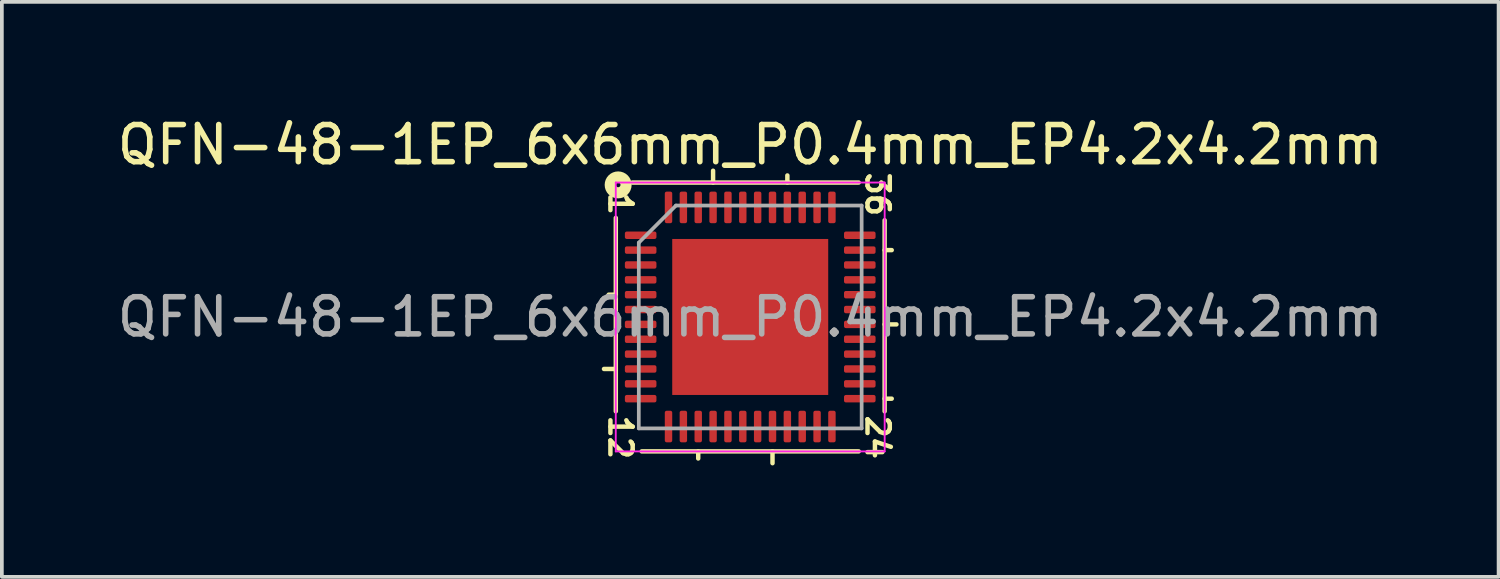
<source format=kicad_pcb>
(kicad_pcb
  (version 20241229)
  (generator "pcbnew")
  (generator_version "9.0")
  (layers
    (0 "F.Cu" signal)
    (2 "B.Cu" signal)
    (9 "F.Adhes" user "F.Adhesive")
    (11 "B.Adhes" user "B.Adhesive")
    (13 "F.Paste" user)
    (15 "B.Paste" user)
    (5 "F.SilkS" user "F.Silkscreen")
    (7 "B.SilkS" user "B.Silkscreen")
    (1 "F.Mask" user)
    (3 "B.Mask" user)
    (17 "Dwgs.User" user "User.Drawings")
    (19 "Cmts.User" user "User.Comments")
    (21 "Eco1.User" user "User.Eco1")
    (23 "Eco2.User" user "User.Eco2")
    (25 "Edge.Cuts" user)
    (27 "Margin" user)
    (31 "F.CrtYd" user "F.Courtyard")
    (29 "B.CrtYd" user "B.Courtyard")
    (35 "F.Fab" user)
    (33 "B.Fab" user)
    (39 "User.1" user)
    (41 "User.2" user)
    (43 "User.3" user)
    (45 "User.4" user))
  (footprint "QFN-48-1EP_6x6mm_P0.4mm_EP4.2x4.2mm"
    (layer "F.Cu")
    (at 17.149 5.484)
    (property "Reference" "QFN-48-1EP_6x6mm_P0.4mm_EP4.2x4.2mm" (at 0 -4.636 0) (layer "F.SilkS") (effects (font (size 1 1) (thickness 0.15))))
    (attr smd)
    (fp_line (start -3.619 -2.667) (end -3.619 2.54) (stroke (width 0.12) (type solid)) (layer "F.SilkS"))
    (fp_line (start -3.619 -0.6) (end -3.81 -0.6) (stroke (width 0.12) (type solid)) (layer "F.SilkS"))
    (fp_line (start -3.619 1.4) (end -3.937 1.4) (stroke (width 0.12) (type solid)) (layer "F.SilkS"))
    (fp_line (start -2.921 3.619) (end 2.921 3.619) (stroke (width 0.12) (type solid)) (layer "F.SilkS"))
    (fp_line (start -1.4 3.81) (end -1.4 3.619) (stroke (width 0.12) (type solid)) (layer "F.SilkS"))
    (fp_line (start -1 -3.619) (end -1 -3.937) (stroke (width 0.12) (type solid)) (layer "F.SilkS"))
    (fp_line (start 0.6 3.619) (end 0.6 3.937) (stroke (width 0.12) (type solid)) (layer "F.SilkS"))
    (fp_line (start 1 -3.619) (end 1 -3.81) (stroke (width 0.12) (type solid)) (layer "F.SilkS"))
    (fp_line (start 2.921 -3.619) (end -3.175 -3.619) (stroke (width 0.12) (type solid)) (layer "F.SilkS"))
    (fp_line (start 3.619 -1.8) (end 3.81 -1.8) (stroke (width 0.12) (type solid)) (layer "F.SilkS"))
    (fp_line (start 3.619 0.2) (end 3.937 0.2) (stroke (width 0.12) (type solid)) (layer "F.SilkS"))
    (fp_line (start 3.619 2.2) (end 3.81 2.2) (stroke (width 0.12) (type solid)) (layer "F.SilkS"))
    (fp_line (start 3.619 2.54) (end 3.619 -2.603) (stroke (width 0.12) (type solid)) (layer "F.SilkS"))
    (fp_circle (center -3.556 -3.556) (end -3.493 -3.556) (stroke (width 0.3) (type solid)) (fill no) (layer "F.SilkS"))
    (fp_line (start -3.62 -3.62) (end -3.62 3.62) (stroke (width 0.05) (type solid)) (layer "F.CrtYd"))
    (fp_line (start -3.62 3.62) (end 3.62 3.62) (stroke (width 0.05) (type solid)) (layer "F.CrtYd"))
    (fp_line (start 3.62 -3.62) (end -3.62 -3.62) (stroke (width 0.05) (type solid)) (layer "F.CrtYd"))
    (fp_line (start 3.62 3.62) (end 3.62 -3.62) (stroke (width 0.05) (type solid)) (layer "F.CrtYd"))
    (fp_line (start -3 -2) (end -2 -3) (stroke (width 0.1) (type solid)) (layer "F.Fab"))
    (fp_line (start -3 3) (end -3 -2) (stroke (width 0.1) (type solid)) (layer "F.Fab"))
    (fp_line (start -2 -3) (end 3 -3) (stroke (width 0.1) (type solid)) (layer "F.Fab"))
    (fp_line (start 3 -3) (end 3 3) (stroke (width 0.1) (type solid)) (layer "F.Fab"))
    (fp_line (start 3 3) (end -3 3) (stroke (width 0.1) (type solid)) (layer "F.Fab"))
    (fp_text user "1" (at -3.493 -3.048 270) (unlocked yes) (layer "F.SilkS") (effects (font (size 0.6 0.6) (thickness 0.12))))
    (fp_text user "24" (at 3.429 3.239 270) (unlocked yes) (layer "F.SilkS") (effects (font (size 0.6 0.6) (thickness 0.12))))
    (fp_text user "36" (at 3.429 -3.302 270) (unlocked yes) (layer "F.SilkS") (effects (font (size 0.6 0.6) (thickness 0.12))))
    (fp_text user "12" (at -3.493 3.239 270) (unlocked yes) (layer "F.SilkS") (effects (font (size 0.6 0.6) (thickness 0.12))))
    (fp_text user "${REFERENCE}" (at 0 0 0) (layer "F.Fab") (effects (font (size 1 1) (thickness 0.15))))
    (pad "" smd roundrect (at -1.4 -1.4) (size 1.13 1.13) (layers "F.Paste") (roundrect_rratio 0.221))
    (pad "" smd roundrect (at -1.4 0) (size 1.13 1.13) (layers "F.Paste") (roundrect_rratio 0.221))
    (pad "" smd roundrect (at -1.4 1.4) (size 1.13 1.13) (layers "F.Paste") (roundrect_rratio 0.221))
    (pad "" smd roundrect (at 0 -1.4) (size 1.13 1.13) (layers "F.Paste") (roundrect_rratio 0.221))
    (pad "" smd roundrect (at 0 0) (size 1.13 1.13) (layers "F.Paste") (roundrect_rratio 0.221))
    (pad "" smd roundrect (at 0 1.4) (size 1.13 1.13) (layers "F.Paste") (roundrect_rratio 0.221))
    (pad "" smd roundrect (at 1.4 -1.4) (size 1.13 1.13) (layers "F.Paste") (roundrect_rratio 0.221))
    (pad "" smd roundrect (at 1.4 0) (size 1.13 1.13) (layers "F.Paste") (roundrect_rratio 0.221))
    (pad "" smd roundrect (at 1.4 1.4) (size 1.13 1.13) (layers "F.Paste") (roundrect_rratio 0.221))
    (pad "1" smd roundrect (at -2.95 -2.2) (size 0.85 0.2) (layers "F.Cu" "F.Mask" "F.Paste") (roundrect_rratio 0.25))
    (pad "2" smd roundrect (at -2.95 -1.8) (size 0.85 0.2) (layers "F.Cu" "F.Mask" "F.Paste") (roundrect_rratio 0.25))
    (pad "3" smd roundrect (at -2.95 -1.4) (size 0.85 0.2) (layers "F.Cu" "F.Mask" "F.Paste") (roundrect_rratio 0.25))
    (pad "4" smd roundrect (at -2.95 -1) (size 0.85 0.2) (layers "F.Cu" "F.Mask" "F.Paste") (roundrect_rratio 0.25))
    (pad "5" smd roundrect (at -2.95 -0.6) (size 0.85 0.2) (layers "F.Cu" "F.Mask" "F.Paste") (roundrect_rratio 0.25))
    (pad "6" smd roundrect (at -2.95 -0.2) (size 0.85 0.2) (layers "F.Cu" "F.Mask" "F.Paste") (roundrect_rratio 0.25))
    (pad "7" smd roundrect (at -2.95 0.2) (size 0.85 0.2) (layers "F.Cu" "F.Mask" "F.Paste") (roundrect_rratio 0.25))
    (pad "8" smd roundrect (at -2.95 0.6) (size 0.85 0.2) (layers "F.Cu" "F.Mask" "F.Paste") (roundrect_rratio 0.25))
    (pad "9" smd roundrect (at -2.95 1) (size 0.85 0.2) (layers "F.Cu" "F.Mask" "F.Paste") (roundrect_rratio 0.25))
    (pad "10" smd roundrect (at -2.95 1.4) (size 0.85 0.2) (layers "F.Cu" "F.Mask" "F.Paste") (roundrect_rratio 0.25))
    (pad "11" smd roundrect (at -2.95 1.8) (size 0.85 0.2) (layers "F.Cu" "F.Mask" "F.Paste") (roundrect_rratio 0.25))
    (pad "12" smd roundrect (at -2.95 2.2) (size 0.85 0.2) (layers "F.Cu" "F.Mask" "F.Paste") (roundrect_rratio 0.25))
    (pad "13" smd roundrect (at -2.2 2.95) (size 0.2 0.85) (layers "F.Cu" "F.Mask" "F.Paste") (roundrect_rratio 0.25))
    (pad "14" smd roundrect (at -1.8 2.95) (size 0.2 0.85) (layers "F.Cu" "F.Mask" "F.Paste") (roundrect_rratio 0.25))
    (pad "15" smd roundrect (at -1.4 2.95) (size 0.2 0.85) (layers "F.Cu" "F.Mask" "F.Paste") (roundrect_rratio 0.25))
    (pad "16" smd roundrect (at -1 2.95) (size 0.2 0.85) (layers "F.Cu" "F.Mask" "F.Paste") (roundrect_rratio 0.25))
    (pad "17" smd roundrect (at -0.6 2.95) (size 0.2 0.85) (layers "F.Cu" "F.Mask" "F.Paste") (roundrect_rratio 0.25))
    (pad "18" smd roundrect (at -0.2 2.95) (size 0.2 0.85) (layers "F.Cu" "F.Mask" "F.Paste") (roundrect_rratio 0.25))
    (pad "19" smd roundrect (at 0.2 2.95) (size 0.2 0.85) (layers "F.Cu" "F.Mask" "F.Paste") (roundrect_rratio 0.25))
    (pad "20" smd roundrect (at 0.6 2.95) (size 0.2 0.85) (layers "F.Cu" "F.Mask" "F.Paste") (roundrect_rratio 0.25))
    (pad "21" smd roundrect (at 1 2.95) (size 0.2 0.85) (layers "F.Cu" "F.Mask" "F.Paste") (roundrect_rratio 0.25))
    (pad "22" smd roundrect (at 1.4 2.95) (size 0.2 0.85) (layers "F.Cu" "F.Mask" "F.Paste") (roundrect_rratio 0.25))
    (pad "23" smd roundrect (at 1.8 2.95) (size 0.2 0.85) (layers "F.Cu" "F.Mask" "F.Paste") (roundrect_rratio 0.25))
    (pad "24" smd roundrect (at 2.2 2.95) (size 0.2 0.85) (layers "F.Cu" "F.Mask" "F.Paste") (roundrect_rratio 0.25))
    (pad "25" smd roundrect (at 2.95 2.2) (size 0.85 0.2) (layers "F.Cu" "F.Mask" "F.Paste") (roundrect_rratio 0.25))
    (pad "26" smd roundrect (at 2.95 1.8) (size 0.85 0.2) (layers "F.Cu" "F.Mask" "F.Paste") (roundrect_rratio 0.25))
    (pad "27" smd roundrect (at 2.95 1.4) (size 0.85 0.2) (layers "F.Cu" "F.Mask" "F.Paste") (roundrect_rratio 0.25))
    (pad "28" smd roundrect (at 2.95 1) (size 0.85 0.2) (layers "F.Cu" "F.Mask" "F.Paste") (roundrect_rratio 0.25))
    (pad "29" smd roundrect (at 2.95 0.6) (size 0.85 0.2) (layers "F.Cu" "F.Mask" "F.Paste") (roundrect_rratio 0.25))
    (pad "30" smd roundrect (at 2.95 0.2) (size 0.85 0.2) (layers "F.Cu" "F.Mask" "F.Paste") (roundrect_rratio 0.25))
    (pad "31" smd roundrect (at 2.95 -0.2) (size 0.85 0.2) (layers "F.Cu" "F.Mask" "F.Paste") (roundrect_rratio 0.25))
    (pad "32" smd roundrect (at 2.95 -0.6) (size 0.85 0.2) (layers "F.Cu" "F.Mask" "F.Paste") (roundrect_rratio 0.25))
    (pad "33" smd roundrect (at 2.95 -1) (size 0.85 0.2) (layers "F.Cu" "F.Mask" "F.Paste") (roundrect_rratio 0.25))
    (pad "34" smd roundrect (at 2.95 -1.4) (size 0.85 0.2) (layers "F.Cu" "F.Mask" "F.Paste") (roundrect_rratio 0.25))
    (pad "35" smd roundrect (at 2.95 -1.8) (size 0.85 0.2) (layers "F.Cu" "F.Mask" "F.Paste") (roundrect_rratio 0.25))
    (pad "36" smd roundrect (at 2.95 -2.2) (size 0.85 0.2) (layers "F.Cu" "F.Mask" "F.Paste") (roundrect_rratio 0.25))
    (pad "37" smd roundrect (at 2.2 -2.95) (size 0.2 0.85) (layers "F.Cu" "F.Mask" "F.Paste") (roundrect_rratio 0.25))
    (pad "38" smd roundrect (at 1.8 -2.95) (size 0.2 0.85) (layers "F.Cu" "F.Mask" "F.Paste") (roundrect_rratio 0.25))
    (pad "39" smd roundrect (at 1.4 -2.95) (size 0.2 0.85) (layers "F.Cu" "F.Mask" "F.Paste") (roundrect_rratio 0.25))
    (pad "40" smd roundrect (at 1 -2.95) (size 0.2 0.85) (layers "F.Cu" "F.Mask" "F.Paste") (roundrect_rratio 0.25))
    (pad "41" smd roundrect (at 0.6 -2.95) (size 0.2 0.85) (layers "F.Cu" "F.Mask" "F.Paste") (roundrect_rratio 0.25))
    (pad "42" smd roundrect (at 0.2 -2.95) (size 0.2 0.85) (layers "F.Cu" "F.Mask" "F.Paste") (roundrect_rratio 0.25))
    (pad "43" smd roundrect (at -0.2 -2.95) (size 0.2 0.85) (layers "F.Cu" "F.Mask" "F.Paste") (roundrect_rratio 0.25))
    (pad "44" smd roundrect (at -0.6 -2.95) (size 0.2 0.85) (layers "F.Cu" "F.Mask" "F.Paste") (roundrect_rratio 0.25))
    (pad "45" smd roundrect (at -1 -2.95) (size 0.2 0.85) (layers "F.Cu" "F.Mask" "F.Paste") (roundrect_rratio 0.25))
    (pad "46" smd roundrect (at -1.4 -2.95) (size 0.2 0.85) (layers "F.Cu" "F.Mask" "F.Paste") (roundrect_rratio 0.25))
    (pad "47" smd roundrect (at -1.8 -2.95) (size 0.2 0.85) (layers "F.Cu" "F.Mask" "F.Paste") (roundrect_rratio 0.25))
    (pad "48" smd roundrect (at -2.2 -2.95) (size 0.2 0.85) (layers "F.Cu" "F.Mask" "F.Paste") (roundrect_rratio 0.25))
    (pad "49" smd rect (at 0 0) (size 4.2 4.2) (layers "F.Cu" "F.Mask")))
  (gr_rect
    (start -3 -3)
    (end 37.298 12.481)
    (stroke (width 0.1) (type default))
    (fill no)
    (layer "Edge.Cuts")))
</source>
